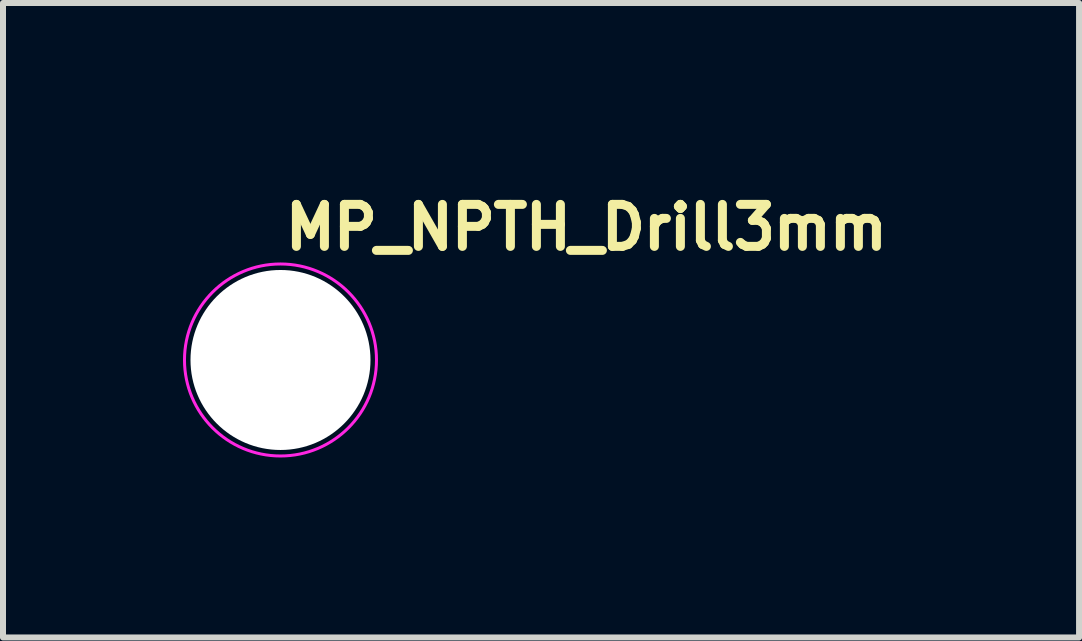
<source format=kicad_pcb>
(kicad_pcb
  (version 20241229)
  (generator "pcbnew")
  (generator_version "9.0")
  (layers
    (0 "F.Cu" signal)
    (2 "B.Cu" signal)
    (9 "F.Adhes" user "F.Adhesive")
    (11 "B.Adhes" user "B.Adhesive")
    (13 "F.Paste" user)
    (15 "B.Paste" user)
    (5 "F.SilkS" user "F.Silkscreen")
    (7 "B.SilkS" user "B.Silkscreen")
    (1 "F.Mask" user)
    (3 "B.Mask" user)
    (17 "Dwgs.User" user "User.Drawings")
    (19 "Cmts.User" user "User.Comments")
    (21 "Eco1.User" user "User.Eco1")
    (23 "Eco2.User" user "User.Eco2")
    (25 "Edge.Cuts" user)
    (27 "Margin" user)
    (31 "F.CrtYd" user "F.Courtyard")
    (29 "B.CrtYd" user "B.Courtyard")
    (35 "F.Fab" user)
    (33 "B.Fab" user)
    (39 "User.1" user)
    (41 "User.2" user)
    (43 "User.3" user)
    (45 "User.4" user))
  (footprint "MP_NPTH_Drill3mm"
    (layer "F.Cu")
    (at 1.625 2.95)
    (property "Reference" "MP_NPTH_Drill3mm" (at 0 -1.8 0) (layer "F.SilkS") (effects (font (size 0.7 0.7) (thickness 0.15)) (justify left bottom)))
    (attr exclude_from_pos_files exclude_from_bom)
    (fp_circle (center 0 0) (end 1.6 0) (stroke (width 0.05) (type default)) (fill no) (layer "F.CrtYd"))
    (pad "" np_thru_hole circle (at 0 0) (size 3 3) (drill 3) (layers "*.Cu" "*.Mask")))
  (gr_rect
    (start -3 -3)
    (end 14.935 7.575)
    (stroke (width 0.1) (type default))
    (fill no)
    (layer "Edge.Cuts")))
</source>
